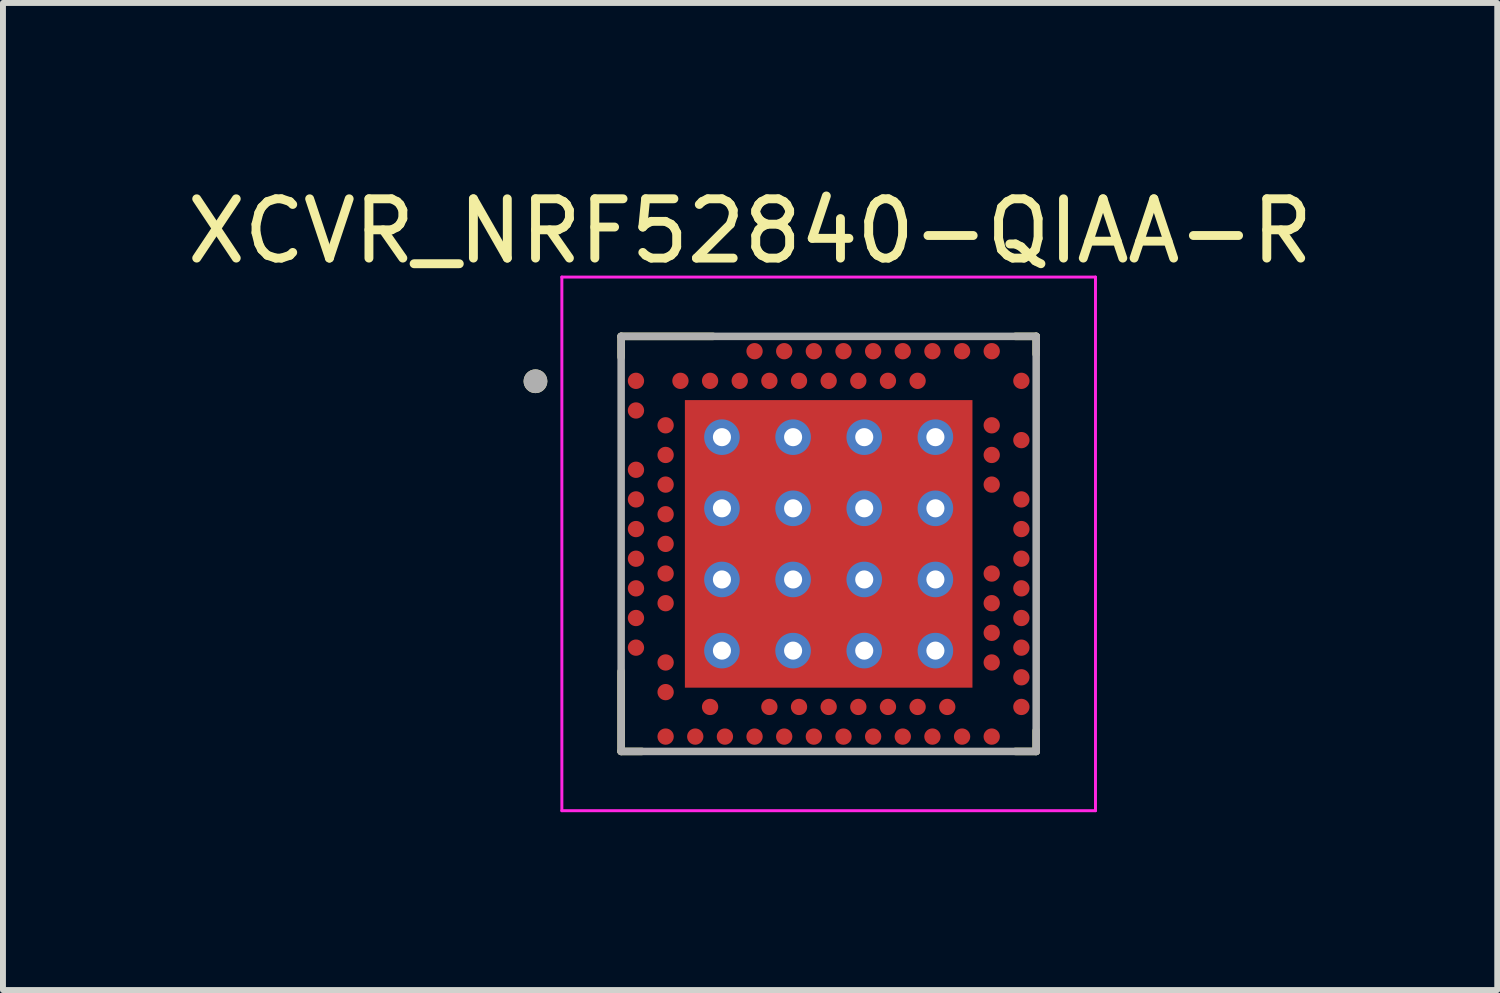
<source format=kicad_pcb>
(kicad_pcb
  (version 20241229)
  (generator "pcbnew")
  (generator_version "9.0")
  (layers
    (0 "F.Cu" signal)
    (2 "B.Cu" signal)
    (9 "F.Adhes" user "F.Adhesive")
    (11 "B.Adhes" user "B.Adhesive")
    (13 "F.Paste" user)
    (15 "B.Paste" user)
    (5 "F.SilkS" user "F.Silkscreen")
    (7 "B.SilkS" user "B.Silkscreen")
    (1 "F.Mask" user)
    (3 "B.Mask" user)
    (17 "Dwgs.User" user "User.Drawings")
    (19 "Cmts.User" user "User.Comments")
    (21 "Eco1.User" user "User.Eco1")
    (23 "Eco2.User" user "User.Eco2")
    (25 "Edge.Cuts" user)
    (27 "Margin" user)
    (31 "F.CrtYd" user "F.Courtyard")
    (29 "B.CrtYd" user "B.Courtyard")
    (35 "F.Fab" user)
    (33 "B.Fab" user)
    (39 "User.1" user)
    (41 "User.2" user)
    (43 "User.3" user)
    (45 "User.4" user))
  (footprint "XCVR_NRF52840-QIAA-R"
    (layer "F.Cu")
    (at 10.926 6.123)
    (property "Reference" "XCVR_NRF52840-QIAA-R" (at -1.325 -5.275 0) (layer "F.SilkS") (effects (font (size 1 1) (thickness 0.15))))
    (attr smd)
    (fp_line (start -3.5 -3.5) (end -1.95 -3.5) (stroke (width 0.127) (type solid)) (layer "F.SilkS"))
    (fp_line (start -3.5 -3.15) (end -3.5 -3.5) (stroke (width 0.127) (type solid)) (layer "F.SilkS"))
    (fp_line (start -3.5 3.5) (end -3.5 2.15) (stroke (width 0.127) (type solid)) (layer "F.SilkS"))
    (fp_line (start -3.15 3.5) (end -3.5 3.5) (stroke (width 0.127) (type solid)) (layer "F.SilkS"))
    (fp_line (start 3.15 -3.5) (end 3.5 -3.5) (stroke (width 0.127) (type solid)) (layer "F.SilkS"))
    (fp_line (start 3.5 -3.5) (end 3.5 -3.2) (stroke (width 0.127) (type solid)) (layer "F.SilkS"))
    (fp_line (start 3.5 3.15) (end 3.5 3.5) (stroke (width 0.127) (type solid)) (layer "F.SilkS"))
    (fp_line (start 3.5 3.5) (end 3.15 3.5) (stroke (width 0.127) (type solid)) (layer "F.SilkS"))
    (fp_circle (center -4.945 -2.743) (end -4.845 -2.743) (stroke (width 0.2) (type solid)) (fill no) (layer "F.SilkS"))
    (fp_poly (pts (xy -2.075 -2.075) (xy -0.355 -2.075) (xy -0.355 -0.355) (xy -2.075 -0.355)) (stroke (width 0.01) (type solid)) (fill yes) (layer "F.Paste"))
    (fp_poly (pts (xy -2.075 0.355) (xy -0.355 0.355) (xy -0.355 2.075) (xy -2.075 2.075)) (stroke (width 0.01) (type solid)) (fill yes) (layer "F.Paste"))
    (fp_poly (pts (xy 0.355 -2.075) (xy 2.075 -2.075) (xy 2.075 -0.355) (xy 0.355 -0.355)) (stroke (width 0.01) (type solid)) (fill yes) (layer "F.Paste"))
    (fp_poly (pts (xy 0.355 0.355) (xy 2.075 0.355) (xy 2.075 2.075) (xy 0.355 2.075)) (stroke (width 0.01) (type solid)) (fill yes) (layer "F.Paste"))
    (fp_line (start -4.5 -4.5) (end -4.5 4.5) (stroke (width 0.05) (type solid)) (layer "F.CrtYd"))
    (fp_line (start -4.5 4.5) (end 4.5 4.5) (stroke (width 0.05) (type solid)) (layer "F.CrtYd"))
    (fp_line (start 4.5 -4.5) (end -4.5 -4.5) (stroke (width 0.05) (type solid)) (layer "F.CrtYd"))
    (fp_line (start 4.5 4.5) (end 4.5 -4.5) (stroke (width 0.05) (type solid)) (layer "F.CrtYd"))
    (fp_line (start -3.5 -3.5) (end 3.5 -3.5) (stroke (width 0.127) (type solid)) (layer "F.Fab"))
    (fp_line (start -3.5 3.5) (end -3.5 -3.5) (stroke (width 0.127) (type solid)) (layer "F.Fab"))
    (fp_line (start 3.5 -3.5) (end 3.5 3.5) (stroke (width 0.127) (type solid)) (layer "F.Fab"))
    (fp_line (start 3.5 3.5) (end -3.5 3.5) (stroke (width 0.127) (type solid)) (layer "F.Fab"))
    (fp_circle (center -4.945 -2.743) (end -4.845 -2.743) (stroke (width 0.2) (type solid)) (fill no) (layer "F.Fab"))
    (pad "74" smd rect (at 0 0) (size 4.85 4.85) (layers "F.Cu" "F.Mask"))
    (pad "74_1" thru_hole circle (at -1.8 -1.8) (size 0.6 0.6) (drill 0.305) (layers "*.Cu"))
    (pad "74_2" thru_hole circle (at -0.6 -1.8) (size 0.6 0.6) (drill 0.305) (layers "*.Cu"))
    (pad "74_3" thru_hole circle (at 0.6 -1.8) (size 0.6 0.6) (drill 0.305) (layers "*.Cu"))
    (pad "74_4" thru_hole circle (at 1.8 -1.8) (size 0.6 0.6) (drill 0.305) (layers "*.Cu"))
    (pad "74_5" thru_hole circle (at -1.8 -0.6) (size 0.6 0.6) (drill 0.305) (layers "*.Cu"))
    (pad "74_6" thru_hole circle (at -0.6 -0.6) (size 0.6 0.6) (drill 0.305) (layers "*.Cu"))
    (pad "74_7" thru_hole circle (at 0.6 -0.6) (size 0.6 0.6) (drill 0.305) (layers "*.Cu"))
    (pad "74_8" thru_hole circle (at 1.8 -0.6) (size 0.6 0.6) (drill 0.305) (layers "*.Cu"))
    (pad "74_9" thru_hole circle (at -1.8 0.6) (size 0.6 0.6) (drill 0.305) (layers "*.Cu"))
    (pad "74_10" thru_hole circle (at -0.6 0.6) (size 0.6 0.6) (drill 0.305) (layers "*.Cu"))
    (pad "74_11" thru_hole circle (at 0.6 0.6) (size 0.6 0.6) (drill 0.305) (layers "*.Cu"))
    (pad "74_12" thru_hole circle (at 1.8 0.6) (size 0.6 0.6) (drill 0.305) (layers "*.Cu"))
    (pad "74_13" thru_hole circle (at -1.8 1.8) (size 0.6 0.6) (drill 0.305) (layers "*.Cu"))
    (pad "74_14" thru_hole circle (at -0.6 1.8) (size 0.6 0.6) (drill 0.305) (layers "*.Cu"))
    (pad "74_15" thru_hole circle (at 0.6 1.8) (size 0.6 0.6) (drill 0.305) (layers "*.Cu"))
    (pad "74_16" thru_hole circle (at 1.8 1.8) (size 0.6 0.6) (drill 0.305) (layers "*.Cu"))
    (pad "A8" smd circle (at -1.25 -3.25) (size 0.275 0.275) (layers "F.Cu" "F.Mask" "F.Paste"))
    (pad "A10" smd circle (at -0.75 -3.25) (size 0.275 0.275) (layers "F.Cu" "F.Mask" "F.Paste"))
    (pad "A12" smd circle (at -0.25 -3.25) (size 0.275 0.275) (layers "F.Cu" "F.Mask" "F.Paste"))
    (pad "A14" smd circle (at 0.25 -3.25) (size 0.275 0.275) (layers "F.Cu" "F.Mask" "F.Paste"))
    (pad "A16" smd circle (at 0.75 -3.25) (size 0.275 0.275) (layers "F.Cu" "F.Mask" "F.Paste"))
    (pad "A18" smd circle (at 1.25 -3.25) (size 0.275 0.275) (layers "F.Cu" "F.Mask" "F.Paste"))
    (pad "A20" smd circle (at 1.75 -3.25) (size 0.275 0.275) (layers "F.Cu" "F.Mask" "F.Paste"))
    (pad "A22" smd circle (at 2.25 -3.25) (size 0.275 0.275) (layers "F.Cu" "F.Mask" "F.Paste"))
    (pad "A23" smd circle (at 2.75 -3.25) (size 0.275 0.275) (layers "F.Cu" "F.Mask" "F.Paste"))
    (pad "AA24" smd circle (at 3.25 2.25) (size 0.275 0.275) (layers "F.Cu" "F.Mask" "F.Paste"))
    (pad "AB2" smd circle (at -2.75 2.5) (size 0.275 0.275) (layers "F.Cu" "F.Mask" "F.Paste"))
    (pad "AC5" smd circle (at -2 2.75) (size 0.275 0.275) (layers "F.Cu" "F.Mask" "F.Paste"))
    (pad "AC9" smd circle (at -1 2.75) (size 0.275 0.275) (layers "F.Cu" "F.Mask" "F.Paste"))
    (pad "AC11" smd circle (at -0.5 2.75) (size 0.275 0.275) (layers "F.Cu" "F.Mask" "F.Paste"))
    (pad "AC13" smd circle (at 0 2.75) (size 0.275 0.275) (layers "F.Cu" "F.Mask" "F.Paste"))
    (pad "AC15" smd circle (at 0.5 2.75) (size 0.275 0.275) (layers "F.Cu" "F.Mask" "F.Paste"))
    (pad "AC17" smd circle (at 1 2.75) (size 0.275 0.275) (layers "F.Cu" "F.Mask" "F.Paste"))
    (pad "AC19" smd circle (at 1.5 2.75) (size 0.275 0.275) (layers "F.Cu" "F.Mask" "F.Paste"))
    (pad "AC21" smd circle (at 2 2.75) (size 0.275 0.275) (layers "F.Cu" "F.Mask" "F.Paste"))
    (pad "AC24" smd circle (at 3.25 2.75) (size 0.275 0.275) (layers "F.Cu" "F.Mask" "F.Paste"))
    (pad "AD2" smd circle (at -2.75 3.25) (size 0.275 0.275) (layers "F.Cu" "F.Mask" "F.Paste"))
    (pad "AD4" smd circle (at -2.25 3.25) (size 0.275 0.275) (layers "F.Cu" "F.Mask" "F.Paste"))
    (pad "AD6" smd circle (at -1.75 3.25) (size 0.275 0.275) (layers "F.Cu" "F.Mask" "F.Paste"))
    (pad "AD8" smd circle (at -1.25 3.25) (size 0.275 0.275) (layers "F.Cu" "F.Mask" "F.Paste"))
    (pad "AD10" smd circle (at -0.75 3.25) (size 0.275 0.275) (layers "F.Cu" "F.Mask" "F.Paste"))
    (pad "AD12" smd circle (at -0.25 3.25) (size 0.275 0.275) (layers "F.Cu" "F.Mask" "F.Paste"))
    (pad "AD14" smd circle (at 0.25 3.25) (size 0.275 0.275) (layers "F.Cu" "F.Mask" "F.Paste"))
    (pad "AD16" smd circle (at 0.75 3.25) (size 0.275 0.275) (layers "F.Cu" "F.Mask" "F.Paste"))
    (pad "AD18" smd circle (at 1.25 3.25) (size 0.275 0.275) (layers "F.Cu" "F.Mask" "F.Paste"))
    (pad "AD20" smd circle (at 1.75 3.25) (size 0.275 0.275) (layers "F.Cu" "F.Mask" "F.Paste"))
    (pad "AD22" smd circle (at 2.25 3.25) (size 0.275 0.275) (layers "F.Cu" "F.Mask" "F.Paste"))
    (pad "AD23" smd circle (at 2.75 3.25) (size 0.275 0.275) (layers "F.Cu" "F.Mask" "F.Paste"))
    (pad "B1" smd circle (at -3.25 -2.75) (size 0.275 0.275) (layers "F.Cu" "F.Mask" "F.Paste"))
    (pad "B3" smd circle (at -2.5 -2.75) (size 0.275 0.275) (layers "F.Cu" "F.Mask" "F.Paste"))
    (pad "B5" smd circle (at -2 -2.75) (size 0.275 0.275) (layers "F.Cu" "F.Mask" "F.Paste"))
    (pad "B7" smd circle (at -1.5 -2.75) (size 0.275 0.275) (layers "F.Cu" "F.Mask" "F.Paste"))
    (pad "B9" smd circle (at -1 -2.75) (size 0.275 0.275) (layers "F.Cu" "F.Mask" "F.Paste"))
    (pad "B11" smd circle (at -0.5 -2.75) (size 0.275 0.275) (layers "F.Cu" "F.Mask" "F.Paste"))
    (pad "B13" smd circle (at 0 -2.75) (size 0.275 0.275) (layers "F.Cu" "F.Mask" "F.Paste"))
    (pad "B15" smd circle (at 0.5 -2.75) (size 0.275 0.275) (layers "F.Cu" "F.Mask" "F.Paste"))
    (pad "B17" smd circle (at 1 -2.75) (size 0.275 0.275) (layers "F.Cu" "F.Mask" "F.Paste"))
    (pad "B19" smd circle (at 1.5 -2.75) (size 0.275 0.275) (layers "F.Cu" "F.Mask" "F.Paste"))
    (pad "B24" smd circle (at 3.25 -2.75) (size 0.275 0.275) (layers "F.Cu" "F.Mask" "F.Paste"))
    (pad "C1" smd circle (at -3.25 -2.25) (size 0.275 0.275) (layers "F.Cu" "F.Mask" "F.Paste"))
    (pad "D2" smd circle (at -2.75 -2) (size 0.275 0.275) (layers "F.Cu" "F.Mask" "F.Paste"))
    (pad "D23" smd circle (at 2.75 -2) (size 0.275 0.275) (layers "F.Cu" "F.Mask" "F.Paste"))
    (pad "E24" smd circle (at 3.25 -1.75) (size 0.275 0.275) (layers "F.Cu" "F.Mask" "F.Paste"))
    (pad "F2" smd circle (at -2.75 -1.5) (size 0.275 0.275) (layers "F.Cu" "F.Mask" "F.Paste"))
    (pad "F23" smd circle (at 2.75 -1.5) (size 0.275 0.275) (layers "F.Cu" "F.Mask" "F.Paste"))
    (pad "G1" smd circle (at -3.25 -1.25) (size 0.275 0.275) (layers "F.Cu" "F.Mask" "F.Paste"))
    (pad "H2" smd circle (at -2.75 -1) (size 0.275 0.275) (layers "F.Cu" "F.Mask" "F.Paste"))
    (pad "H23" smd circle (at 2.75 -1) (size 0.275 0.275) (layers "F.Cu" "F.Mask" "F.Paste"))
    (pad "J1" smd circle (at -3.25 -0.75) (size 0.275 0.275) (layers "F.Cu" "F.Mask" "F.Paste"))
    (pad "J24" smd circle (at 3.25 -0.75) (size 0.275 0.275) (layers "F.Cu" "F.Mask" "F.Paste"))
    (pad "K2" smd circle (at -2.75 -0.5) (size 0.275 0.275) (layers "F.Cu" "F.Mask" "F.Paste"))
    (pad "L1" smd circle (at -3.25 -0.25) (size 0.275 0.275) (layers "F.Cu" "F.Mask" "F.Paste"))
    (pad "L24" smd circle (at 3.25 -0.25) (size 0.275 0.275) (layers "F.Cu" "F.Mask" "F.Paste"))
    (pad "M2" smd circle (at -2.75 0) (size 0.275 0.275) (layers "F.Cu" "F.Mask" "F.Paste"))
    (pad "N1" smd circle (at -3.25 0.25) (size 0.275 0.275) (layers "F.Cu" "F.Mask" "F.Paste"))
    (pad "N24" smd circle (at 3.25 0.25) (size 0.275 0.275) (layers "F.Cu" "F.Mask" "F.Paste"))
    (pad "P2" smd circle (at -2.75 0.5) (size 0.275 0.275) (layers "F.Cu" "F.Mask" "F.Paste"))
    (pad "P23" smd circle (at 2.75 0.5) (size 0.275 0.275) (layers "F.Cu" "F.Mask" "F.Paste"))
    (pad "R1" smd circle (at -3.25 0.75) (size 0.275 0.275) (layers "F.Cu" "F.Mask" "F.Paste"))
    (pad "R24" smd circle (at 3.25 0.75) (size 0.275 0.275) (layers "F.Cu" "F.Mask" "F.Paste"))
    (pad "T2" smd circle (at -2.75 1) (size 0.275 0.275) (layers "F.Cu" "F.Mask" "F.Paste"))
    (pad "T23" smd circle (at 2.75 1) (size 0.275 0.275) (layers "F.Cu" "F.Mask" "F.Paste"))
    (pad "U1" smd circle (at -3.25 1.25) (size 0.275 0.275) (layers "F.Cu" "F.Mask" "F.Paste"))
    (pad "U24" smd circle (at 3.25 1.25) (size 0.275 0.275) (layers "F.Cu" "F.Mask" "F.Paste"))
    (pad "V23" smd circle (at 2.75 1.5) (size 0.275 0.275) (layers "F.Cu" "F.Mask" "F.Paste"))
    (pad "W1" smd circle (at -3.25 1.75) (size 0.275 0.275) (layers "F.Cu" "F.Mask" "F.Paste"))
    (pad "W24" smd circle (at 3.25 1.75) (size 0.275 0.275) (layers "F.Cu" "F.Mask" "F.Paste"))
    (pad "Y2" smd circle (at -2.75 2) (size 0.275 0.275) (layers "F.Cu" "F.Mask" "F.Paste"))
    (pad "Y23" smd circle (at 2.75 2) (size 0.275 0.275) (layers "F.Cu" "F.Mask" "F.Paste")))
  (gr_rect
    (start -3 -3)
    (end 22.202 13.648)
    (stroke (width 0.1) (type default))
    (fill no)
    (layer "Edge.Cuts")))
</source>
